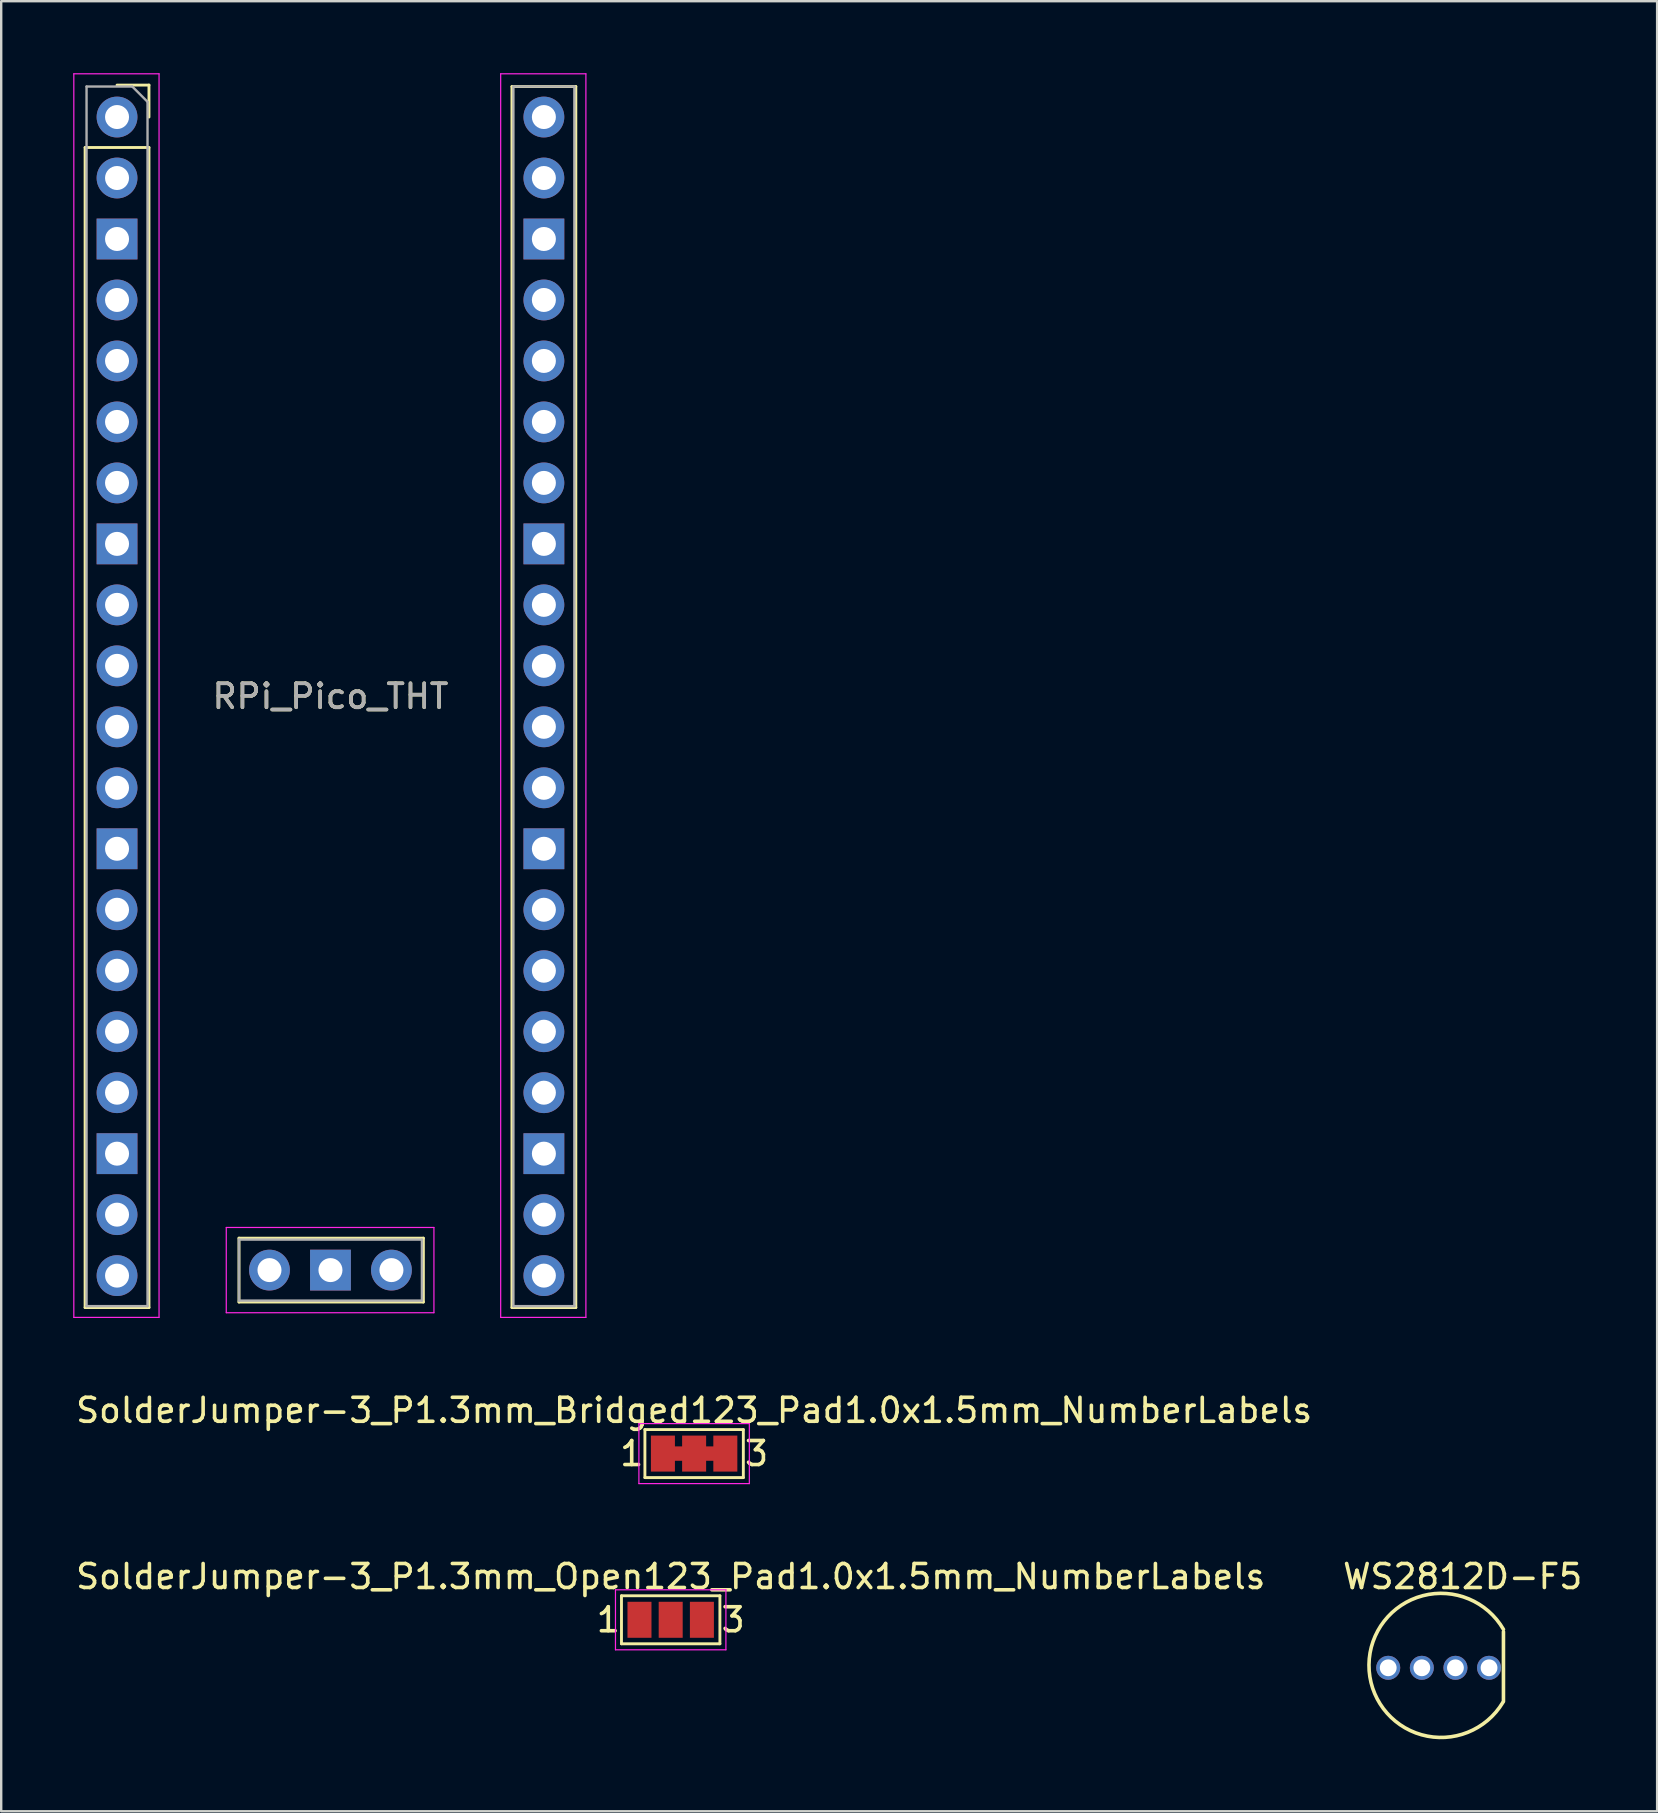
<source format=kicad_pcb>
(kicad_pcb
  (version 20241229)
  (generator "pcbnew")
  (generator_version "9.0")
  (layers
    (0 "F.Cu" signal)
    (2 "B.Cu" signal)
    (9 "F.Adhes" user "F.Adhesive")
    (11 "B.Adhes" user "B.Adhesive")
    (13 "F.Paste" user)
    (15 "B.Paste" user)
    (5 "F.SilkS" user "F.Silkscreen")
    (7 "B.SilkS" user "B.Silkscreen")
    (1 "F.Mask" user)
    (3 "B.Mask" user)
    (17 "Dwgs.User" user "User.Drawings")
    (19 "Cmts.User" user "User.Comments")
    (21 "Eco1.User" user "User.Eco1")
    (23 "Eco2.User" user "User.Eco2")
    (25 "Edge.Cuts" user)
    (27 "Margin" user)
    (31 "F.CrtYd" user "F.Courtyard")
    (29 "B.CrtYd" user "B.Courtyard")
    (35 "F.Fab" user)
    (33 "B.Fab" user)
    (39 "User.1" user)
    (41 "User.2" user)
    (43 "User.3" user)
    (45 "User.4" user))
  (footprint "SolderJumper-3_P1.3mm_Open123_Pad1.0x1.5mm_NumberLabels"
    (layer "F.Cu")
    (at 24.887 64.421)
    (property "Reference" "SolderJumper-3_P1.3mm_Open123_Pad1.0x1.5mm_NumberLabels" (at 0 -1.8 0) (layer "F.SilkS") (effects (font (size 1 1) (thickness 0.15))))
    (attr exclude_from_pos_files exclude_from_bom)
    (fp_line (start -2.05 -1) (end 2.05 -1) (stroke (width 0.12) (type solid)) (layer "F.SilkS"))
    (fp_line (start -2.05 1) (end -2.05 -1) (stroke (width 0.12) (type solid)) (layer "F.SilkS"))
    (fp_line (start 2.05 -1) (end 2.05 1) (stroke (width 0.12) (type solid)) (layer "F.SilkS"))
    (fp_line (start 2.05 1) (end -2.05 1) (stroke (width 0.12) (type solid)) (layer "F.SilkS"))
    (fp_line (start -2.3 -1.25) (end -2.3 1.25) (stroke (width 0.05) (type solid)) (layer "F.CrtYd"))
    (fp_line (start -2.3 -1.25) (end 2.3 -1.25) (stroke (width 0.05) (type solid)) (layer "F.CrtYd"))
    (fp_line (start 2.3 1.25) (end -2.3 1.25) (stroke (width 0.05) (type solid)) (layer "F.CrtYd"))
    (fp_line (start 2.3 1.25) (end 2.3 -1.25) (stroke (width 0.05) (type solid)) (layer "F.CrtYd"))
    (fp_text user "1" (at -2.6 0 0) (layer "F.SilkS") (effects (font (size 1 1) (thickness 0.15))))
    (fp_text user "3" (at 2.6 0 0) (layer "F.SilkS") (effects (font (size 1 1) (thickness 0.15))))
    (pad "1" smd rect (at -1.3 0) (size 1 1.5) (layers "F.Cu" "F.Mask"))
    (pad "2" smd rect (at 0 0) (size 1 1.5) (layers "F.Cu" "F.Mask"))
    (pad "3" smd rect (at 1.3 0) (size 1 1.5) (layers "F.Cu" "F.Mask")))
  (footprint "RPi_Pico_THT"
    (layer "F.Cu")
    (at 10.715 25.955)
    (property "Reference" "RPi_Pico_THT" (at 0 0 0) (layer "F.SilkS") (effects (font (size 1 1) (thickness 0.15))))
    (attr through_hole)
    (fp_line (start -10.22 -22.86) (end -10.22 25.46) (stroke (width 0.12) (type solid)) (layer "F.SilkS"))
    (fp_line (start -10.22 -22.86) (end -7.56 -22.86) (stroke (width 0.12) (type solid)) (layer "F.SilkS"))
    (fp_line (start -10.22 25.46) (end -7.56 25.46) (stroke (width 0.12) (type solid)) (layer "F.SilkS"))
    (fp_line (start -8.89 -25.46) (end -7.56 -25.46) (stroke (width 0.12) (type solid)) (layer "F.SilkS"))
    (fp_line (start -7.56 -25.46) (end -7.56 -24.13) (stroke (width 0.12) (type solid)) (layer "F.SilkS"))
    (fp_line (start -7.56 -22.86) (end -7.56 25.46) (stroke (width 0.12) (type solid)) (layer "F.SilkS"))
    (fp_line (start -3.81 22.57) (end 3.87 22.57) (stroke (width 0.12) (type solid)) (layer "F.SilkS"))
    (fp_line (start -3.81 25.23) (end -3.81 22.57) (stroke (width 0.12) (type solid)) (layer "F.SilkS"))
    (fp_line (start -3.81 25.23) (end 3.87 25.23) (stroke (width 0.12) (type solid)) (layer "F.SilkS"))
    (fp_line (start 3.87 25.23) (end 3.87 22.57) (stroke (width 0.12) (type solid)) (layer "F.SilkS"))
    (fp_line (start 7.56 -25.4) (end 7.56 25.46) (stroke (width 0.12) (type solid)) (layer "F.SilkS"))
    (fp_line (start 7.56 -25.4) (end 10.22 -25.4) (stroke (width 0.12) (type solid)) (layer "F.SilkS"))
    (fp_line (start 7.56 25.46) (end 10.22 25.46) (stroke (width 0.12) (type solid)) (layer "F.SilkS"))
    (fp_line (start 10.22 -25.4) (end 10.22 25.46) (stroke (width 0.12) (type solid)) (layer "F.SilkS"))
    (fp_line (start -10.69 -25.93) (end -7.14 -25.93) (stroke (width 0.05) (type solid)) (layer "F.CrtYd"))
    (fp_line (start -10.69 25.87) (end -10.69 -25.93) (stroke (width 0.05) (type solid)) (layer "F.CrtYd"))
    (fp_line (start -7.14 -25.93) (end -7.14 25.87) (stroke (width 0.05) (type solid)) (layer "F.CrtYd"))
    (fp_line (start -7.14 25.87) (end -10.69 25.87) (stroke (width 0.05) (type solid)) (layer "F.CrtYd"))
    (fp_line (start -4.34 22.125) (end 4.31 22.125) (stroke (width 0.05) (type solid)) (layer "F.CrtYd"))
    (fp_line (start -4.34 25.675) (end -4.34 22.125) (stroke (width 0.05) (type solid)) (layer "F.CrtYd"))
    (fp_line (start 4.31 22.125) (end 4.31 25.675) (stroke (width 0.05) (type solid)) (layer "F.CrtYd"))
    (fp_line (start 4.31 25.675) (end -4.34 25.675) (stroke (width 0.05) (type solid)) (layer "F.CrtYd"))
    (fp_line (start 7.09 -25.93) (end 10.64 -25.93) (stroke (width 0.05) (type solid)) (layer "F.CrtYd"))
    (fp_line (start 7.09 25.87) (end 7.09 -25.93) (stroke (width 0.05) (type solid)) (layer "F.CrtYd"))
    (fp_line (start 10.64 -25.93) (end 10.64 25.87) (stroke (width 0.05) (type solid)) (layer "F.CrtYd"))
    (fp_line (start 10.64 25.87) (end 7.09 25.87) (stroke (width 0.05) (type solid)) (layer "F.CrtYd"))
    (fp_line (start -10.16 -25.4) (end -8.255 -25.4) (stroke (width 0.1) (type solid)) (layer "F.Fab"))
    (fp_line (start -10.16 25.4) (end -10.16 -25.4) (stroke (width 0.1) (type solid)) (layer "F.Fab"))
    (fp_line (start -8.255 -25.4) (end -7.62 -24.765) (stroke (width 0.1) (type solid)) (layer "F.Fab"))
    (fp_line (start -7.62 -24.765) (end -7.62 25.4) (stroke (width 0.1) (type solid)) (layer "F.Fab"))
    (fp_line (start -7.62 25.4) (end -10.16 25.4) (stroke (width 0.1) (type solid)) (layer "F.Fab"))
    (fp_line (start -3.81 22.63) (end 3.81 22.63) (stroke (width 0.1) (type solid)) (layer "F.Fab"))
    (fp_line (start -3.81 25.17) (end -3.81 22.63) (stroke (width 0.1) (type solid)) (layer "F.Fab"))
    (fp_line (start 3.81 22.63) (end 3.81 25.17) (stroke (width 0.1) (type solid)) (layer "F.Fab"))
    (fp_line (start 3.81 25.17) (end -3.81 25.17) (stroke (width 0.1) (type solid)) (layer "F.Fab"))
    (fp_line (start 7.62 -25.4) (end 10.16 -25.4) (stroke (width 0.1) (type solid)) (layer "F.Fab"))
    (fp_line (start 7.62 25.4) (end 7.62 -25.4) (stroke (width 0.1) (type solid)) (layer "F.Fab"))
    (fp_line (start 10.16 -25.4) (end 10.16 25.4) (stroke (width 0.1) (type solid)) (layer "F.Fab"))
    (fp_line (start 10.16 25.4) (end 7.62 25.4) (stroke (width 0.1) (type solid)) (layer "F.Fab"))
    (fp_text user "${REFERENCE}" (at 0 0 180) (layer "F.Fab") (effects (font (size 1 1) (thickness 0.15))))
    (pad "1" thru_hole circle (at -8.89 -24.13) (size 1.7 1.7) (drill 1) (layers "*.Cu" "*.Mask"))
    (pad "2" thru_hole oval (at -8.89 -21.59) (size 1.7 1.7) (drill 1) (layers "*.Cu" "*.Mask"))
    (pad "3" thru_hole rect (at -8.89 -19.05) (size 1.7 1.7) (drill 1) (layers "*.Cu" "*.Mask"))
    (pad "4" thru_hole oval (at -8.89 -16.51) (size 1.7 1.7) (drill 1) (layers "*.Cu" "*.Mask"))
    (pad "5" thru_hole oval (at -8.89 -13.97) (size 1.7 1.7) (drill 1) (layers "*.Cu" "*.Mask"))
    (pad "6" thru_hole oval (at -8.89 -11.43) (size 1.7 1.7) (drill 1) (layers "*.Cu" "*.Mask"))
    (pad "7" thru_hole oval (at -8.89 -8.89) (size 1.7 1.7) (drill 1) (layers "*.Cu" "*.Mask"))
    (pad "8" thru_hole rect (at -8.89 -6.35) (size 1.7 1.7) (drill 1) (layers "*.Cu" "*.Mask"))
    (pad "9" thru_hole oval (at -8.89 -3.81) (size 1.7 1.7) (drill 1) (layers "*.Cu" "*.Mask"))
    (pad "10" thru_hole oval (at -8.89 -1.27) (size 1.7 1.7) (drill 1) (layers "*.Cu" "*.Mask"))
    (pad "11" thru_hole oval (at -8.89 1.27) (size 1.7 1.7) (drill 1) (layers "*.Cu" "*.Mask"))
    (pad "12" thru_hole oval (at -8.89 3.81) (size 1.7 1.7) (drill 1) (layers "*.Cu" "*.Mask"))
    (pad "13" thru_hole rect (at -8.89 6.35) (size 1.7 1.7) (drill 1) (layers "*.Cu" "*.Mask"))
    (pad "14" thru_hole oval (at -8.89 8.89) (size 1.7 1.7) (drill 1) (layers "*.Cu" "*.Mask"))
    (pad "15" thru_hole oval (at -8.89 11.43) (size 1.7 1.7) (drill 1) (layers "*.Cu" "*.Mask"))
    (pad "16" thru_hole oval (at -8.89 13.97) (size 1.7 1.7) (drill 1) (layers "*.Cu" "*.Mask"))
    (pad "17" thru_hole oval (at -8.89 16.51) (size 1.7 1.7) (drill 1) (layers "*.Cu" "*.Mask"))
    (pad "18" thru_hole rect (at -8.89 19.05) (size 1.7 1.7) (drill 1) (layers "*.Cu" "*.Mask"))
    (pad "19" thru_hole oval (at -8.89 21.59) (size 1.7 1.7) (drill 1) (layers "*.Cu" "*.Mask"))
    (pad "20" thru_hole oval (at -8.89 24.13) (size 1.7 1.7) (drill 1) (layers "*.Cu" "*.Mask"))
    (pad "21" thru_hole oval (at 8.89 24.13) (size 1.7 1.7) (drill 1) (layers "*.Cu" "*.Mask"))
    (pad "22" thru_hole oval (at 8.89 21.59) (size 1.7 1.7) (drill 1) (layers "*.Cu" "*.Mask"))
    (pad "23" thru_hole rect (at 8.89 19.05) (size 1.7 1.7) (drill 1) (layers "*.Cu" "*.Mask"))
    (pad "24" thru_hole oval (at 8.89 16.51) (size 1.7 1.7) (drill 1) (layers "*.Cu" "*.Mask"))
    (pad "25" thru_hole oval (at 8.89 13.97) (size 1.7 1.7) (drill 1) (layers "*.Cu" "*.Mask"))
    (pad "26" thru_hole oval (at 8.89 11.43) (size 1.7 1.7) (drill 1) (layers "*.Cu" "*.Mask"))
    (pad "27" thru_hole oval (at 8.89 8.89) (size 1.7 1.7) (drill 1) (layers "*.Cu" "*.Mask"))
    (pad "28" thru_hole rect (at 8.89 6.35) (size 1.7 1.7) (drill 1) (layers "*.Cu" "*.Mask"))
    (pad "29" thru_hole oval (at 8.89 3.81) (size 1.7 1.7) (drill 1) (layers "*.Cu" "*.Mask"))
    (pad "30" thru_hole oval (at 8.89 1.27) (size 1.7 1.7) (drill 1) (layers "*.Cu" "*.Mask"))
    (pad "31" thru_hole oval (at 8.89 -1.27) (size 1.7 1.7) (drill 1) (layers "*.Cu" "*.Mask"))
    (pad "32" thru_hole oval (at 8.89 -3.81) (size 1.7 1.7) (drill 1) (layers "*.Cu" "*.Mask"))
    (pad "33" thru_hole rect (at 8.89 -6.35) (size 1.7 1.7) (drill 1) (layers "*.Cu" "*.Mask"))
    (pad "34" thru_hole oval (at 8.89 -8.89) (size 1.7 1.7) (drill 1) (layers "*.Cu" "*.Mask"))
    (pad "35" thru_hole oval (at 8.89 -11.43) (size 1.7 1.7) (drill 1) (layers "*.Cu" "*.Mask"))
    (pad "36" thru_hole oval (at 8.89 -13.97) (size 1.7 1.7) (drill 1) (layers "*.Cu" "*.Mask"))
    (pad "37" thru_hole oval (at 8.89 -16.51) (size 1.7 1.7) (drill 1) (layers "*.Cu" "*.Mask"))
    (pad "38" thru_hole rect (at 8.89 -19.05) (size 1.7 1.7) (drill 1) (layers "*.Cu" "*.Mask"))
    (pad "39" thru_hole oval (at 8.89 -21.59) (size 1.7 1.7) (drill 1) (layers "*.Cu" "*.Mask"))
    (pad "40" thru_hole circle (at 8.89 -24.13) (size 1.7 1.7) (drill 1) (layers "*.Cu" "*.Mask"))
    (pad "41" thru_hole circle (at -2.54 23.9 180) (size 1.7 1.7) (drill 1) (layers "*.Cu" "*.Mask"))
    (pad "42" thru_hole rect (at 0 23.9 90) (size 1.7 1.7) (drill 1) (layers "*.Cu" "*.Mask"))
    (pad "43" thru_hole oval (at 2.54 23.9 90) (size 1.7 1.7) (drill 1) (layers "*.Cu" "*.Mask")))
  (footprint "SolderJumper-3_P1.3mm_Bridged123_Pad1.0x1.5mm_NumberLabels"
    (layer "F.Cu")
    (at 25.863 57.498)
    (property "Reference" "SolderJumper-3_P1.3mm_Bridged123_Pad1.0x1.5mm_NumberLabels" (at 0 -1.8 0) (layer "F.SilkS") (effects (font (size 1 1) (thickness 0.15))))
    (attr exclude_from_pos_files exclude_from_bom)
    (fp_poly (pts (xy -0.9 -0.3) (xy -0.4 -0.3) (xy -0.4 0.3) (xy -0.9 0.3)) (stroke (width 0) (type solid)) (fill yes) (layer "F.Cu"))
    (fp_poly (pts (xy 0.353 -0.3) (xy 0.853 -0.3) (xy 0.853 0.3) (xy 0.353 0.3)) (stroke (width 0) (type solid)) (fill yes) (layer "F.Cu"))
    (fp_line (start -2.05 -1) (end 2.05 -1) (stroke (width 0.12) (type solid)) (layer "F.SilkS"))
    (fp_line (start -2.05 1) (end -2.05 -1) (stroke (width 0.12) (type solid)) (layer "F.SilkS"))
    (fp_line (start 2.05 -1) (end 2.05 1) (stroke (width 0.12) (type solid)) (layer "F.SilkS"))
    (fp_line (start 2.05 1) (end -2.05 1) (stroke (width 0.12) (type solid)) (layer "F.SilkS"))
    (fp_line (start -2.3 -1.25) (end -2.3 1.25) (stroke (width 0.05) (type solid)) (layer "F.CrtYd"))
    (fp_line (start -2.3 -1.25) (end 2.3 -1.25) (stroke (width 0.05) (type solid)) (layer "F.CrtYd"))
    (fp_line (start 2.3 1.25) (end -2.3 1.25) (stroke (width 0.05) (type solid)) (layer "F.CrtYd"))
    (fp_line (start 2.3 1.25) (end 2.3 -1.25) (stroke (width 0.05) (type solid)) (layer "F.CrtYd"))
    (fp_text user "3" (at 2.6 0 0) (layer "F.SilkS") (effects (font (size 1 1) (thickness 0.15))))
    (fp_text user "1" (at -2.6 0 0) (layer "F.SilkS") (effects (font (size 1 1) (thickness 0.15))))
    (pad "1" smd rect (at -1.3 0) (size 1 1.5) (layers "F.Cu" "F.Mask"))
    (pad "2" smd rect (at 0 0) (size 1 1.5) (layers "F.Cu" "F.Mask"))
    (pad "3" smd rect (at 1.3 0) (size 1 1.5) (layers "F.Cu" "F.Mask")))
  (footprint "WS2812D-F5"
    (layer "F.Cu")
    (at 56.94 66.421)
    (property "Reference" "WS2812D-F5" (at 0.935 -3.8 0) (layer "F.SilkS") (effects (font (size 1 1) (thickness 0.15))))
    (attr through_hole)
    (fp_line (start 2.635 -1.5) (end 2.635 1.4) (stroke (width 0.15) (type solid)) (layer "F.SilkS"))
    (fp_arc (start 2.608907 1.444345) (mid -2.966556 -0.125726) (end 2.635 -1.6) (stroke (width 0.15) (type solid)) (layer "F.SilkS"))
    (pad "1" thru_hole circle (at 2.035 0) (size 1 1) (drill 0.7) (layers "*.Cu" "*.Mask"))
    (pad "2" thru_hole circle (at 0.635 0) (size 1 1) (drill 0.7) (layers "*.Cu" "*.Mask"))
    (pad "3" thru_hole circle (at -0.765 0) (size 1 1) (drill 0.7) (layers "*.Cu" "*.Mask"))
    (pad "4" thru_hole circle (at -2.165 0) (size 1 1) (drill 0.7) (layers "*.Cu" "*.Mask")))
  (gr_rect
    (start -3 -3)
    (end 65.976 72.398)
    (stroke (width 0.1) (type default))
    (fill no)
    (layer "Edge.Cuts")))
</source>
